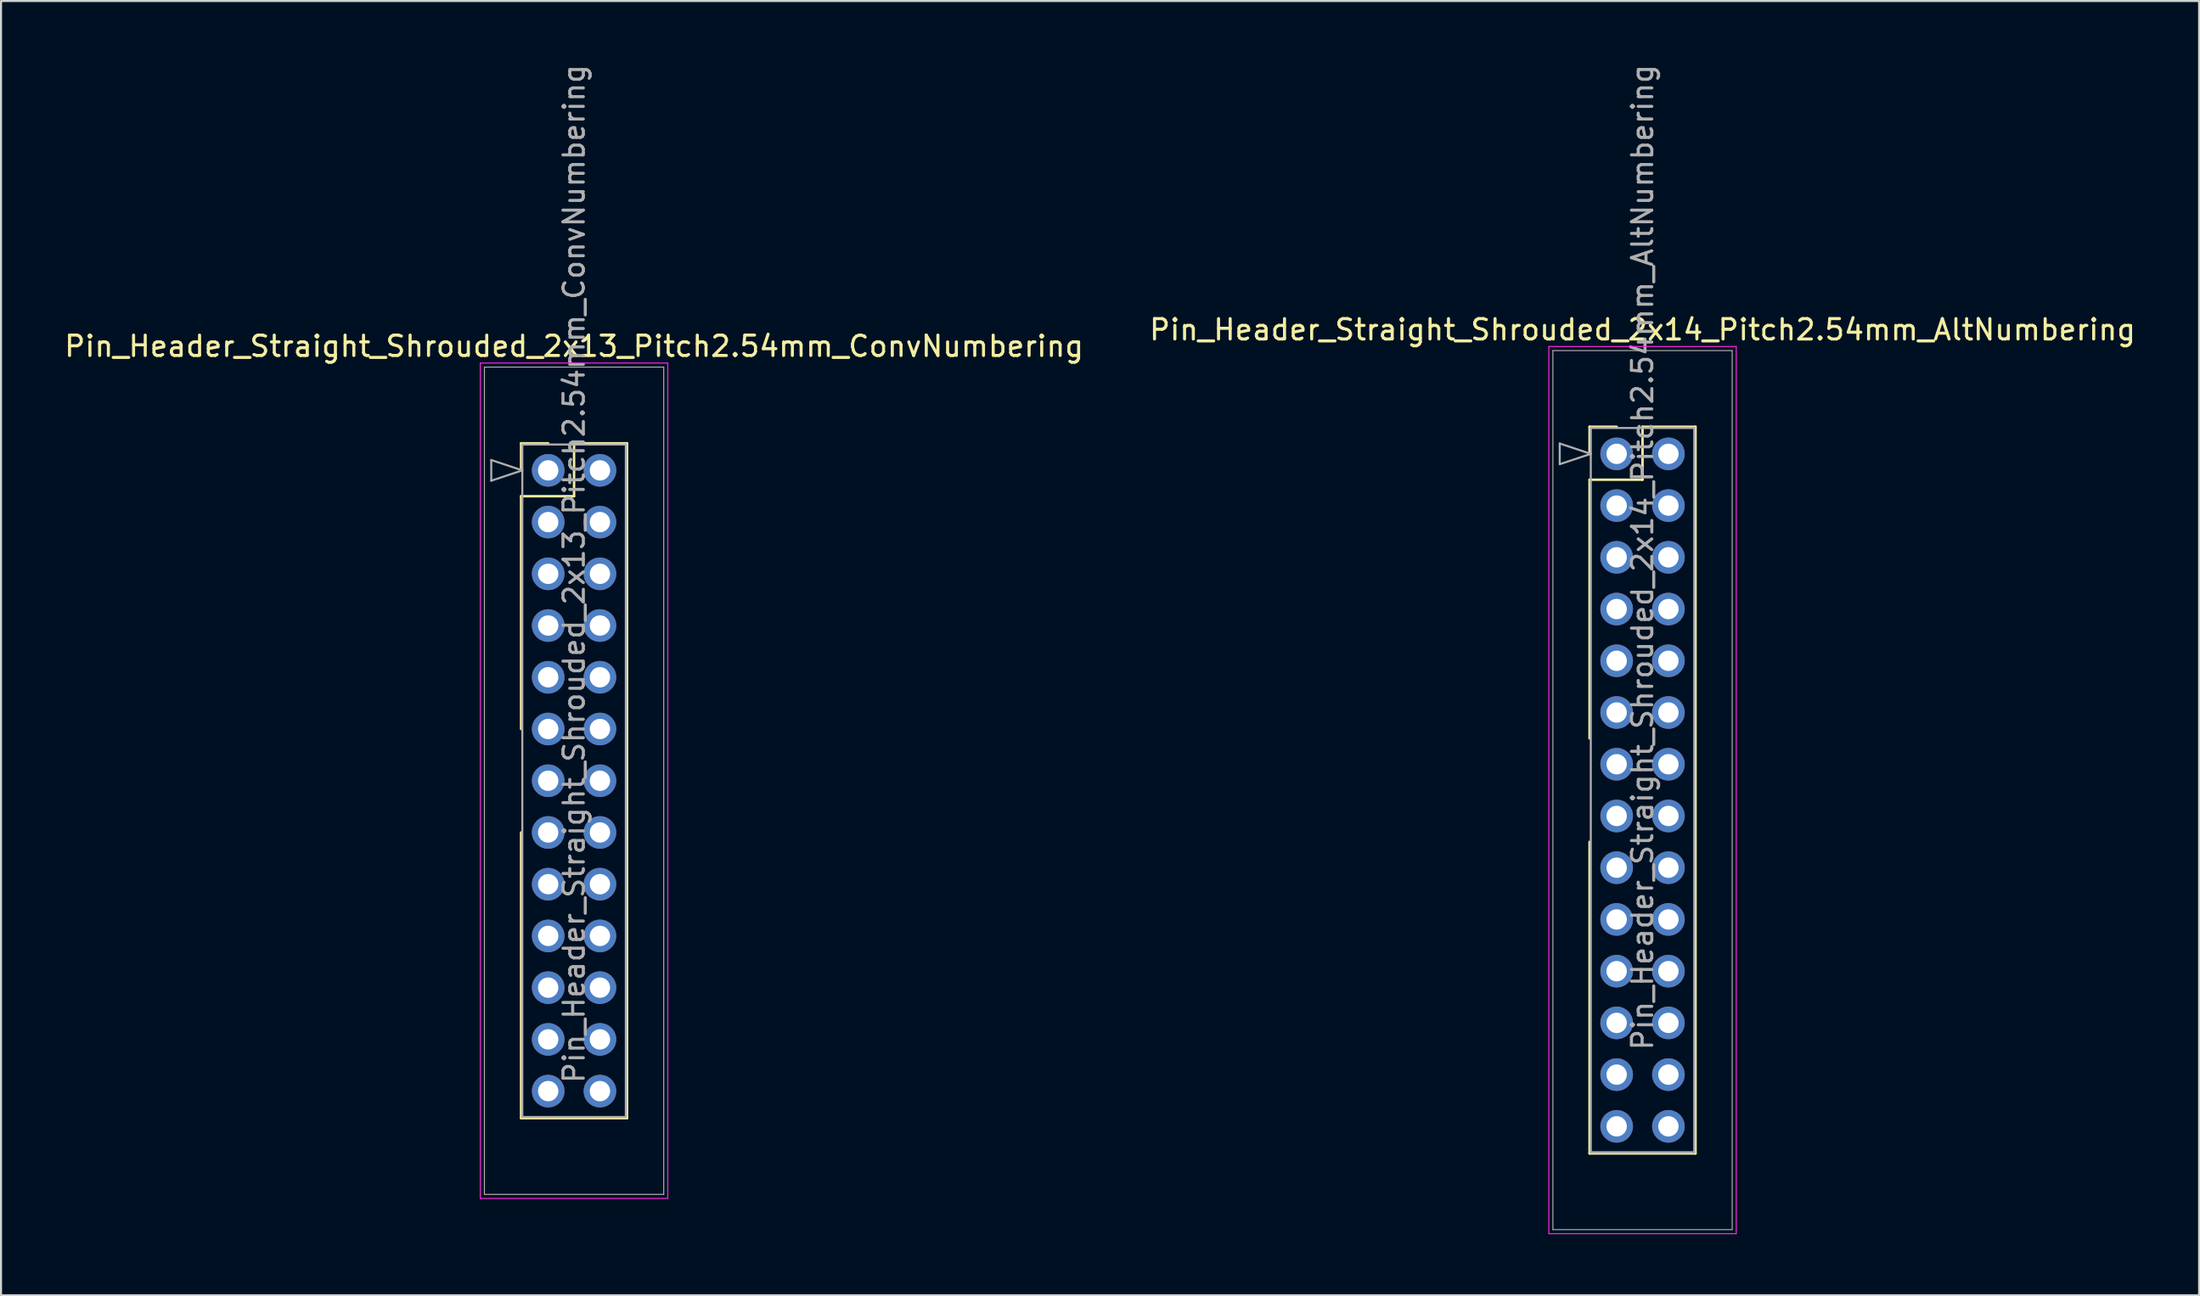
<source format=kicad_pcb>
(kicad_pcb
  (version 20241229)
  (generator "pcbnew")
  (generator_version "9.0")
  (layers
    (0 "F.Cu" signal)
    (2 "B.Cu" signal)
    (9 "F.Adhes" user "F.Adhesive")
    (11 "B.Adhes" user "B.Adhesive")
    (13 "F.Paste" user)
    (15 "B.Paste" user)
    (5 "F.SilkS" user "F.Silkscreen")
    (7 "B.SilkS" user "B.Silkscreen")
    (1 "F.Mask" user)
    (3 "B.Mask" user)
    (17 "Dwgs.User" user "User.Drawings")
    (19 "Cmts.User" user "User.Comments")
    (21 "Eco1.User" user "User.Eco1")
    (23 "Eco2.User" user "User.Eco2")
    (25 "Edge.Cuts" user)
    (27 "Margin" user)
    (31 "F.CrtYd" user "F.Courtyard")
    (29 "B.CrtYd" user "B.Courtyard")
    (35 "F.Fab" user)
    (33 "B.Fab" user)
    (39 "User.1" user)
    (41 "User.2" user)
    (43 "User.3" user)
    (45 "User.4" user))
  (footprint "Pin_Header_Straight_Shrouded_2x13_Pitch2.54mm_ConvNumbering"
    (layer "F.Cu")
    (at 23.855 20.045)
    (property "Reference" "Pin_Header_Straight_Shrouded_2x13_Pitch2.54mm_ConvNumbering" (at 1.27 -6.096 0) (layer "F.SilkS") (effects (font (size 1 1) (thickness 0.15))))
    (attr through_hole)
    (fp_line (start -1.33 -1.33) (end 0 -1.33) (stroke (width 0.12) (type solid)) (layer "F.SilkS"))
    (fp_line (start -1.33 0) (end -1.33 -1.33) (stroke (width 0.12) (type solid)) (layer "F.SilkS"))
    (fp_line (start -1.33 1.27) (end -1.33 12.7) (stroke (width 0.12) (type solid)) (layer "F.SilkS"))
    (fp_line (start -1.33 1.27) (end 1.27 1.27) (stroke (width 0.12) (type solid)) (layer "F.SilkS"))
    (fp_line (start -1.33 17.78) (end -1.33 31.81) (stroke (width 0.12) (type solid)) (layer "F.SilkS"))
    (fp_line (start -1.33 31.81) (end 3.87 31.81) (stroke (width 0.12) (type solid)) (layer "F.SilkS"))
    (fp_line (start 1.27 -1.33) (end 3.87 -1.33) (stroke (width 0.12) (type solid)) (layer "F.SilkS"))
    (fp_line (start 1.27 1.27) (end 1.27 -1.33) (stroke (width 0.12) (type solid)) (layer "F.SilkS"))
    (fp_line (start 3.87 -1.33) (end 3.87 31.81) (stroke (width 0.12) (type solid)) (layer "F.SilkS"))
    (fp_line (start -3.33 -5.27) (end -3.33 35.75) (stroke (width 0.05) (type solid)) (layer "F.CrtYd"))
    (fp_line (start -3.33 35.75) (end 5.87 35.75) (stroke (width 0.05) (type solid)) (layer "F.CrtYd"))
    (fp_line (start 5.87 -5.27) (end -3.33 -5.27) (stroke (width 0.05) (type solid)) (layer "F.CrtYd"))
    (fp_line (start 5.87 35.75) (end 5.87 -5.27) (stroke (width 0.05) (type solid)) (layer "F.CrtYd"))
    (fp_line (start -3.13 -5.07) (end -3.13 35.55) (stroke (width 0.05) (type solid)) (layer "F.Fab"))
    (fp_line (start -3.13 35.55) (end 5.67 35.55) (stroke (width 0.05) (type solid)) (layer "F.Fab"))
    (fp_line (start -2.794 -0.508) (end -1.27 0) (stroke (width 0.1) (type solid)) (layer "F.Fab"))
    (fp_line (start -2.794 0.508) (end -2.794 -0.508) (stroke (width 0.1) (type solid)) (layer "F.Fab"))
    (fp_line (start -1.27 -1.27) (end -1.27 31.75) (stroke (width 0.1) (type solid)) (layer "F.Fab"))
    (fp_line (start -1.27 0) (end -2.794 0.508) (stroke (width 0.1) (type solid)) (layer "F.Fab"))
    (fp_line (start -1.27 31.75) (end 3.81 31.75) (stroke (width 0.1) (type solid)) (layer "F.Fab"))
    (fp_line (start 3.81 -1.27) (end -1.27 -1.27) (stroke (width 0.1) (type solid)) (layer "F.Fab"))
    (fp_line (start 3.81 31.75) (end 3.81 -1.27) (stroke (width 0.1) (type solid)) (layer "F.Fab"))
    (fp_line (start 5.67 -5.07) (end -3.13 -5.07) (stroke (width 0.05) (type solid)) (layer "F.Fab"))
    (fp_line (start 5.67 35.55) (end 5.67 -5.07) (stroke (width 0.05) (type solid)) (layer "F.Fab"))
    (fp_text user "${REFERENCE}" (at 1.27 5.08 90) (layer "F.Fab") (effects (font (size 1 1) (thickness 0.15))))
    (pad "1" thru_hole oval (at 0 0) (size 1.6 1.6) (drill 1) (layers "*.Cu" "*.Mask"))
    (pad "2" thru_hole oval (at 2.54 0) (size 1.6 1.6) (drill 1) (layers "*.Cu" "*.Mask"))
    (pad "3" thru_hole oval (at 0 2.54) (size 1.6 1.6) (drill 1) (layers "*.Cu" "*.Mask"))
    (pad "4" thru_hole oval (at 2.54 2.54) (size 1.6 1.6) (drill 1) (layers "*.Cu" "*.Mask"))
    (pad "5" thru_hole oval (at 0 5.08) (size 1.6 1.6) (drill 1) (layers "*.Cu" "*.Mask"))
    (pad "6" thru_hole oval (at 2.54 5.08) (size 1.6 1.6) (drill 1) (layers "*.Cu" "*.Mask"))
    (pad "7" thru_hole oval (at 0 7.62) (size 1.6 1.6) (drill 1) (layers "*.Cu" "*.Mask"))
    (pad "8" thru_hole oval (at 2.54 7.62) (size 1.6 1.6) (drill 1) (layers "*.Cu" "*.Mask"))
    (pad "9" thru_hole oval (at 0 10.16) (size 1.6 1.6) (drill 1) (layers "*.Cu" "*.Mask"))
    (pad "10" thru_hole oval (at 2.54 10.16) (size 1.6 1.6) (drill 1) (layers "*.Cu" "*.Mask"))
    (pad "11" thru_hole oval (at 0 12.7) (size 1.6 1.6) (drill 1) (layers "*.Cu" "*.Mask"))
    (pad "12" thru_hole oval (at 2.54 12.7) (size 1.6 1.6) (drill 1) (layers "*.Cu" "*.Mask"))
    (pad "13" thru_hole oval (at 0 15.24) (size 1.6 1.6) (drill 1) (layers "*.Cu" "*.Mask"))
    (pad "14" thru_hole oval (at 2.54 15.24) (size 1.6 1.6) (drill 1) (layers "*.Cu" "*.Mask"))
    (pad "15" thru_hole oval (at 0 17.78) (size 1.6 1.6) (drill 1) (layers "*.Cu" "*.Mask"))
    (pad "16" thru_hole oval (at 2.54 17.78) (size 1.6 1.6) (drill 1) (layers "*.Cu" "*.Mask"))
    (pad "17" thru_hole oval (at 0 20.32) (size 1.6 1.6) (drill 1) (layers "*.Cu" "*.Mask"))
    (pad "18" thru_hole oval (at 2.54 20.32) (size 1.6 1.6) (drill 1) (layers "*.Cu" "*.Mask"))
    (pad "19" thru_hole oval (at 0 22.86) (size 1.6 1.6) (drill 1) (layers "*.Cu" "*.Mask"))
    (pad "20" thru_hole oval (at 2.54 22.86) (size 1.6 1.6) (drill 1) (layers "*.Cu" "*.Mask"))
    (pad "21" thru_hole oval (at 0 25.4) (size 1.6 1.6) (drill 1) (layers "*.Cu" "*.Mask"))
    (pad "22" thru_hole oval (at 2.54 25.4) (size 1.6 1.6) (drill 1) (layers "*.Cu" "*.Mask"))
    (pad "23" thru_hole oval (at 0 27.94) (size 1.6 1.6) (drill 1) (layers "*.Cu" "*.Mask"))
    (pad "24" thru_hole oval (at 2.54 27.94) (size 1.6 1.6) (drill 1) (layers "*.Cu" "*.Mask"))
    (pad "25" thru_hole oval (at 0 30.48) (size 1.6 1.6) (drill 1) (layers "*.Cu" "*.Mask"))
    (pad "26" thru_hole oval (at 2.54 30.48) (size 1.6 1.6) (drill 1) (layers "*.Cu" "*.Mask")))
  (footprint "Pin_Header_Straight_Shrouded_2x14_Pitch2.54mm_AltNumbering"
    (layer "F.Cu")
    (at 76.295 19.235)
    (property "Reference" "Pin_Header_Straight_Shrouded_2x14_Pitch2.54mm_AltNumbering" (at 1.27 -6.096 0) (layer "F.SilkS") (effects (font (size 1 1) (thickness 0.15))))
    (attr through_hole)
    (fp_line (start -1.33 -1.33) (end 0 -1.33) (stroke (width 0.12) (type solid)) (layer "F.SilkS"))
    (fp_line (start -1.33 0) (end -1.33 -1.33) (stroke (width 0.12) (type solid)) (layer "F.SilkS"))
    (fp_line (start -1.33 1.27) (end -1.33 13.97) (stroke (width 0.12) (type solid)) (layer "F.SilkS"))
    (fp_line (start -1.33 1.27) (end 1.27 1.27) (stroke (width 0.12) (type solid)) (layer "F.SilkS"))
    (fp_line (start -1.33 19.05) (end -1.33 34.35) (stroke (width 0.12) (type solid)) (layer "F.SilkS"))
    (fp_line (start -1.33 34.35) (end 3.87 34.35) (stroke (width 0.12) (type solid)) (layer "F.SilkS"))
    (fp_line (start 1.27 -1.33) (end 3.87 -1.33) (stroke (width 0.12) (type solid)) (layer "F.SilkS"))
    (fp_line (start 1.27 1.27) (end 1.27 -1.33) (stroke (width 0.12) (type solid)) (layer "F.SilkS"))
    (fp_line (start 3.87 -1.33) (end 3.87 34.35) (stroke (width 0.12) (type solid)) (layer "F.SilkS"))
    (fp_line (start -3.33 -5.27) (end -3.33 38.29) (stroke (width 0.05) (type solid)) (layer "F.CrtYd"))
    (fp_line (start -3.33 38.29) (end 5.87 38.29) (stroke (width 0.05) (type solid)) (layer "F.CrtYd"))
    (fp_line (start 5.87 -5.27) (end -3.33 -5.27) (stroke (width 0.05) (type solid)) (layer "F.CrtYd"))
    (fp_line (start 5.87 38.29) (end 5.87 -5.27) (stroke (width 0.05) (type solid)) (layer "F.CrtYd"))
    (fp_line (start -3.13 -5.07) (end -3.13 38.09) (stroke (width 0.05) (type solid)) (layer "F.Fab"))
    (fp_line (start -3.13 38.09) (end 5.67 38.09) (stroke (width 0.05) (type solid)) (layer "F.Fab"))
    (fp_line (start -2.794 -0.508) (end -1.27 0) (stroke (width 0.1) (type solid)) (layer "F.Fab"))
    (fp_line (start -2.794 0.508) (end -2.794 -0.508) (stroke (width 0.1) (type solid)) (layer "F.Fab"))
    (fp_line (start -1.27 -1.27) (end -1.27 34.29) (stroke (width 0.1) (type solid)) (layer "F.Fab"))
    (fp_line (start -1.27 0) (end -2.794 0.508) (stroke (width 0.1) (type solid)) (layer "F.Fab"))
    (fp_line (start -1.27 34.29) (end 3.81 34.29) (stroke (width 0.1) (type solid)) (layer "F.Fab"))
    (fp_line (start 3.81 -1.27) (end -1.27 -1.27) (stroke (width 0.1) (type solid)) (layer "F.Fab"))
    (fp_line (start 3.81 34.29) (end 3.81 -1.27) (stroke (width 0.1) (type solid)) (layer "F.Fab"))
    (fp_line (start 5.67 -5.07) (end -3.13 -5.07) (stroke (width 0.05) (type solid)) (layer "F.Fab"))
    (fp_line (start 5.67 38.09) (end 5.67 -5.07) (stroke (width 0.05) (type solid)) (layer "F.Fab"))
    (fp_text user "${REFERENCE}" (at 1.27 5.08 90) (layer "F.Fab") (effects (font (size 1 1) (thickness 0.15))))
    (pad "1" thru_hole oval (at 0 0) (size 1.6 1.6) (drill 1) (layers "*.Cu" "*.Mask"))
    (pad "2" thru_hole oval (at 0 2.54) (size 1.6 1.6) (drill 1) (layers "*.Cu" "*.Mask"))
    (pad "3" thru_hole oval (at 0 5.08) (size 1.6 1.6) (drill 1) (layers "*.Cu" "*.Mask"))
    (pad "4" thru_hole oval (at 0 7.62) (size 1.6 1.6) (drill 1) (layers "*.Cu" "*.Mask"))
    (pad "5" thru_hole oval (at 0 10.16) (size 1.6 1.6) (drill 1) (layers "*.Cu" "*.Mask"))
    (pad "6" thru_hole oval (at 0 12.7) (size 1.6 1.6) (drill 1) (layers "*.Cu" "*.Mask"))
    (pad "7" thru_hole oval (at 0 15.24) (size 1.6 1.6) (drill 1) (layers "*.Cu" "*.Mask"))
    (pad "8" thru_hole oval (at 0 17.78) (size 1.6 1.6) (drill 1) (layers "*.Cu" "*.Mask"))
    (pad "9" thru_hole oval (at 0 20.32) (size 1.6 1.6) (drill 1) (layers "*.Cu" "*.Mask"))
    (pad "10" thru_hole oval (at 0 22.86) (size 1.6 1.6) (drill 1) (layers "*.Cu" "*.Mask"))
    (pad "11" thru_hole oval (at 0 25.4) (size 1.6 1.6) (drill 1) (layers "*.Cu" "*.Mask"))
    (pad "12" thru_hole oval (at 0 27.94) (size 1.6 1.6) (drill 1) (layers "*.Cu" "*.Mask"))
    (pad "13" thru_hole oval (at 0 30.48) (size 1.6 1.6) (drill 1) (layers "*.Cu" "*.Mask"))
    (pad "14" thru_hole oval (at 0 33.02) (size 1.6 1.6) (drill 1) (layers "*.Cu" "*.Mask"))
    (pad "15" thru_hole oval (at 2.54 0) (size 1.6 1.6) (drill 1) (layers "*.Cu" "*.Mask"))
    (pad "16" thru_hole oval (at 2.54 2.54) (size 1.6 1.6) (drill 1) (layers "*.Cu" "*.Mask"))
    (pad "17" thru_hole oval (at 2.54 5.08) (size 1.6 1.6) (drill 1) (layers "*.Cu" "*.Mask"))
    (pad "18" thru_hole oval (at 2.54 7.62) (size 1.6 1.6) (drill 1) (layers "*.Cu" "*.Mask"))
    (pad "19" thru_hole oval (at 2.54 10.16) (size 1.6 1.6) (drill 1) (layers "*.Cu" "*.Mask"))
    (pad "20" thru_hole oval (at 2.54 12.7) (size 1.6 1.6) (drill 1) (layers "*.Cu" "*.Mask"))
    (pad "21" thru_hole oval (at 2.54 15.24) (size 1.6 1.6) (drill 1) (layers "*.Cu" "*.Mask"))
    (pad "22" thru_hole oval (at 2.54 17.78) (size 1.6 1.6) (drill 1) (layers "*.Cu" "*.Mask"))
    (pad "23" thru_hole oval (at 2.54 20.32) (size 1.6 1.6) (drill 1) (layers "*.Cu" "*.Mask"))
    (pad "24" thru_hole oval (at 2.54 22.86) (size 1.6 1.6) (drill 1) (layers "*.Cu" "*.Mask"))
    (pad "25" thru_hole oval (at 2.54 25.4) (size 1.6 1.6) (drill 1) (layers "*.Cu" "*.Mask"))
    (pad "26" thru_hole oval (at 2.54 27.94) (size 1.6 1.6) (drill 1) (layers "*.Cu" "*.Mask"))
    (pad "27" thru_hole oval (at 2.54 30.48) (size 1.6 1.6) (drill 1) (layers "*.Cu" "*.Mask"))
    (pad "28" thru_hole oval (at 2.54 33.02) (size 1.6 1.6) (drill 1) (layers "*.Cu" "*.Mask")))
  (gr_rect
    (start -3 -3)
    (end 104.881 60.55)
    (stroke (width 0.1) (type default))
    (fill no)
    (layer "Edge.Cuts")))
</source>
